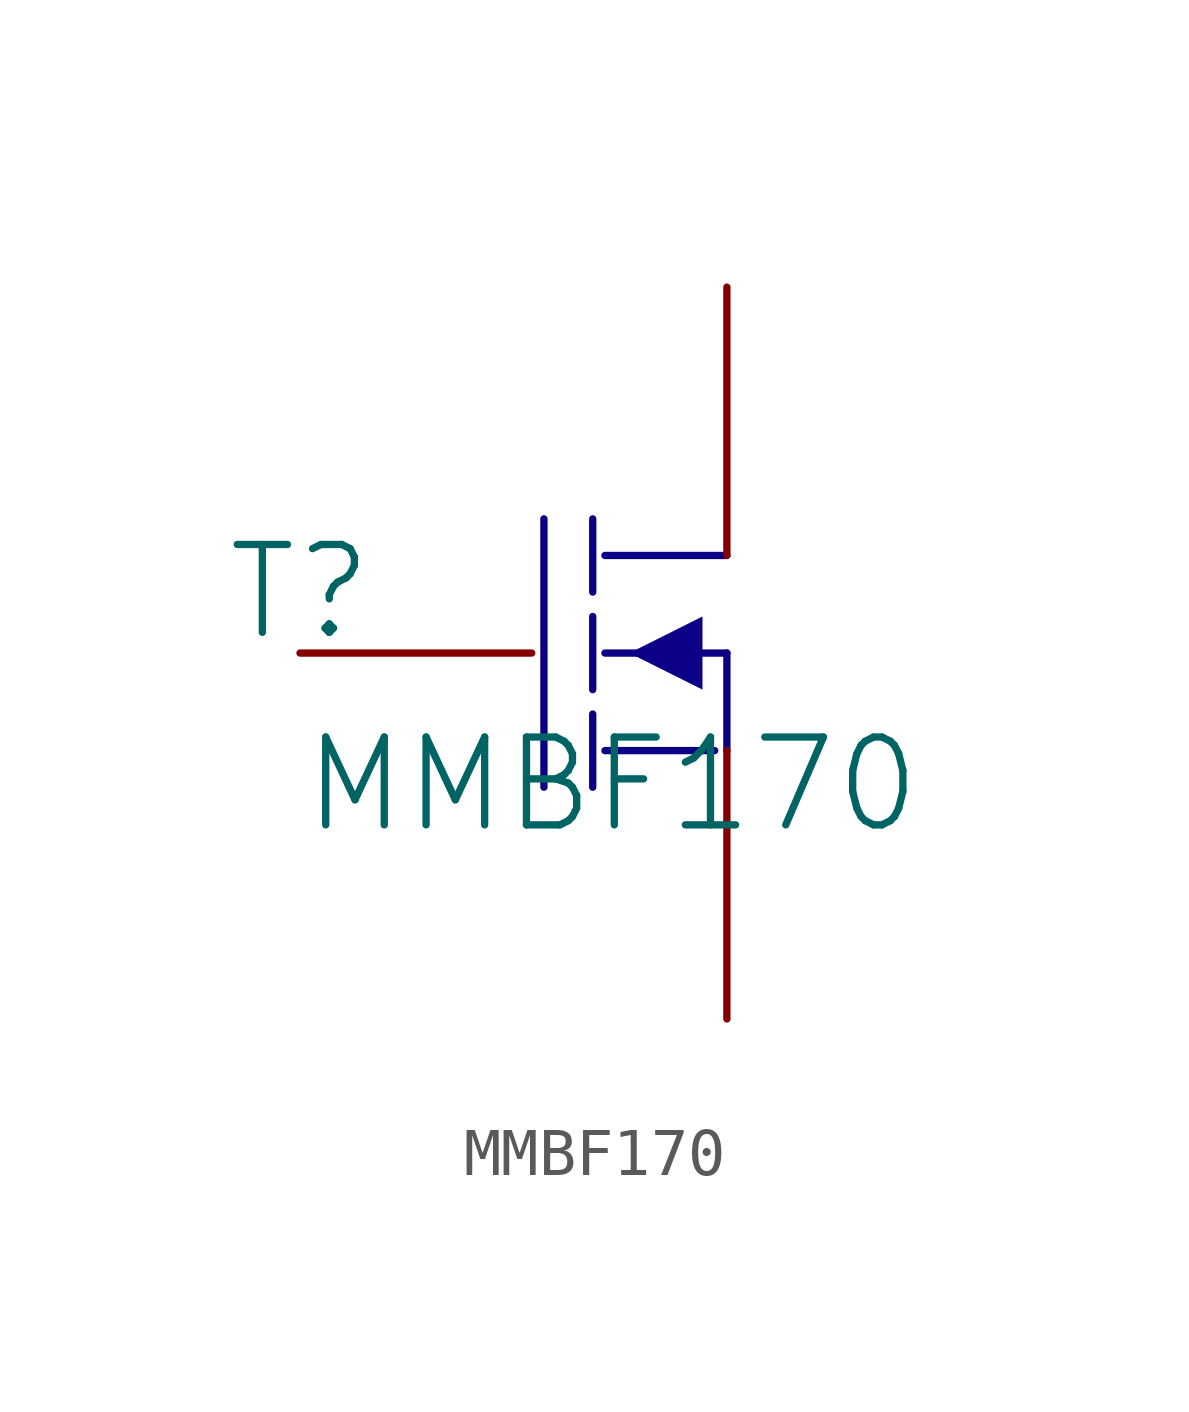
<source format=kicad_sym>
(kicad_symbol_lib
  (version 20241209)
  (generator "kicad_symbol_editor")
  (generator_version "9.0")
  (symbol "MMBF170"
    (pin_numbers
      (hide yes))
    (pin_names
      (hide yes))
    (property "Reference" "T"
      (at -1.27 1.27 0)
      (effects (font (size 1.829 1.829))))
    (property "Value" "MMBF170"
      (at -1.27 -3.81 0)
      (effects (font (size 1.829 1.829)) (justify left bottom)))
    (symbol "MMBF170_1_0"
      (polyline (pts (xy 3.81 2.794) (xy 3.81 -2.794)) (stroke (width 0) (type solid) (color 12 0 135 1)) (fill (type none)))
      (polyline (pts (xy 4.826 2.794) (xy 4.826 1.27)) (stroke (width 0) (type solid) (color 12 0 135 1)) (fill (type none)))
      (polyline (pts (xy 4.826 0.762) (xy 4.826 -0.762)) (stroke (width 0) (type solid) (color 12 0 135 1)) (fill (type none)))
      (polyline (pts (xy 4.826 -1.27) (xy 4.826 -2.794)) (stroke (width 0) (type solid) (color 12 0 135 1)) (fill (type none)))
      (polyline (pts (xy 5.08 0) (xy 7.62 0)) (stroke (width 0) (type solid) (color 12 0 135 1)) (fill (type none)))
      (polyline (pts (xy 5.08 -2.032) (xy 7.366 -2.032)) (stroke (width 0) (type solid) (color 12 0 135 1)) (fill (type none)))
      (polyline (pts (xy 7.112 0.762) (xy 5.588 0) (xy 7.112 -0.762) (xy 7.112 0.762)) (stroke (width -0.0001) (type solid) (color 12 0 135 1)) (fill (type outline)))
      (polyline (pts (xy 7.62 2.032) (xy 5.08 2.032)) (stroke (width 0) (type solid) (color 12 0 135 1)) (fill (type none)))
      (polyline (pts (xy 7.62 -2.032) (xy 7.62 0)) (stroke (width 0) (type solid) (color 12 0 135 1)) (fill (type none)))
      (pin passive line (at -1.27 0 0) (length 4.826) (name "G" (effects (font (size 1.27 1.27)))) (number "G" (effects (font (size 1.27 1.27)))))
      (pin passive line (at 7.62 7.62 270) (length 5.588) (name "D" (effects (font (size 1.27 1.27)))) (number "D" (effects (font (size 1.27 1.27)))))
      (pin passive line (at 7.62 -7.62 90) (length 5.588) (name "S" (effects (font (size 1.27 1.27)))) (number "S" (effects (font (size 1.27 1.27))))))))
</source>
